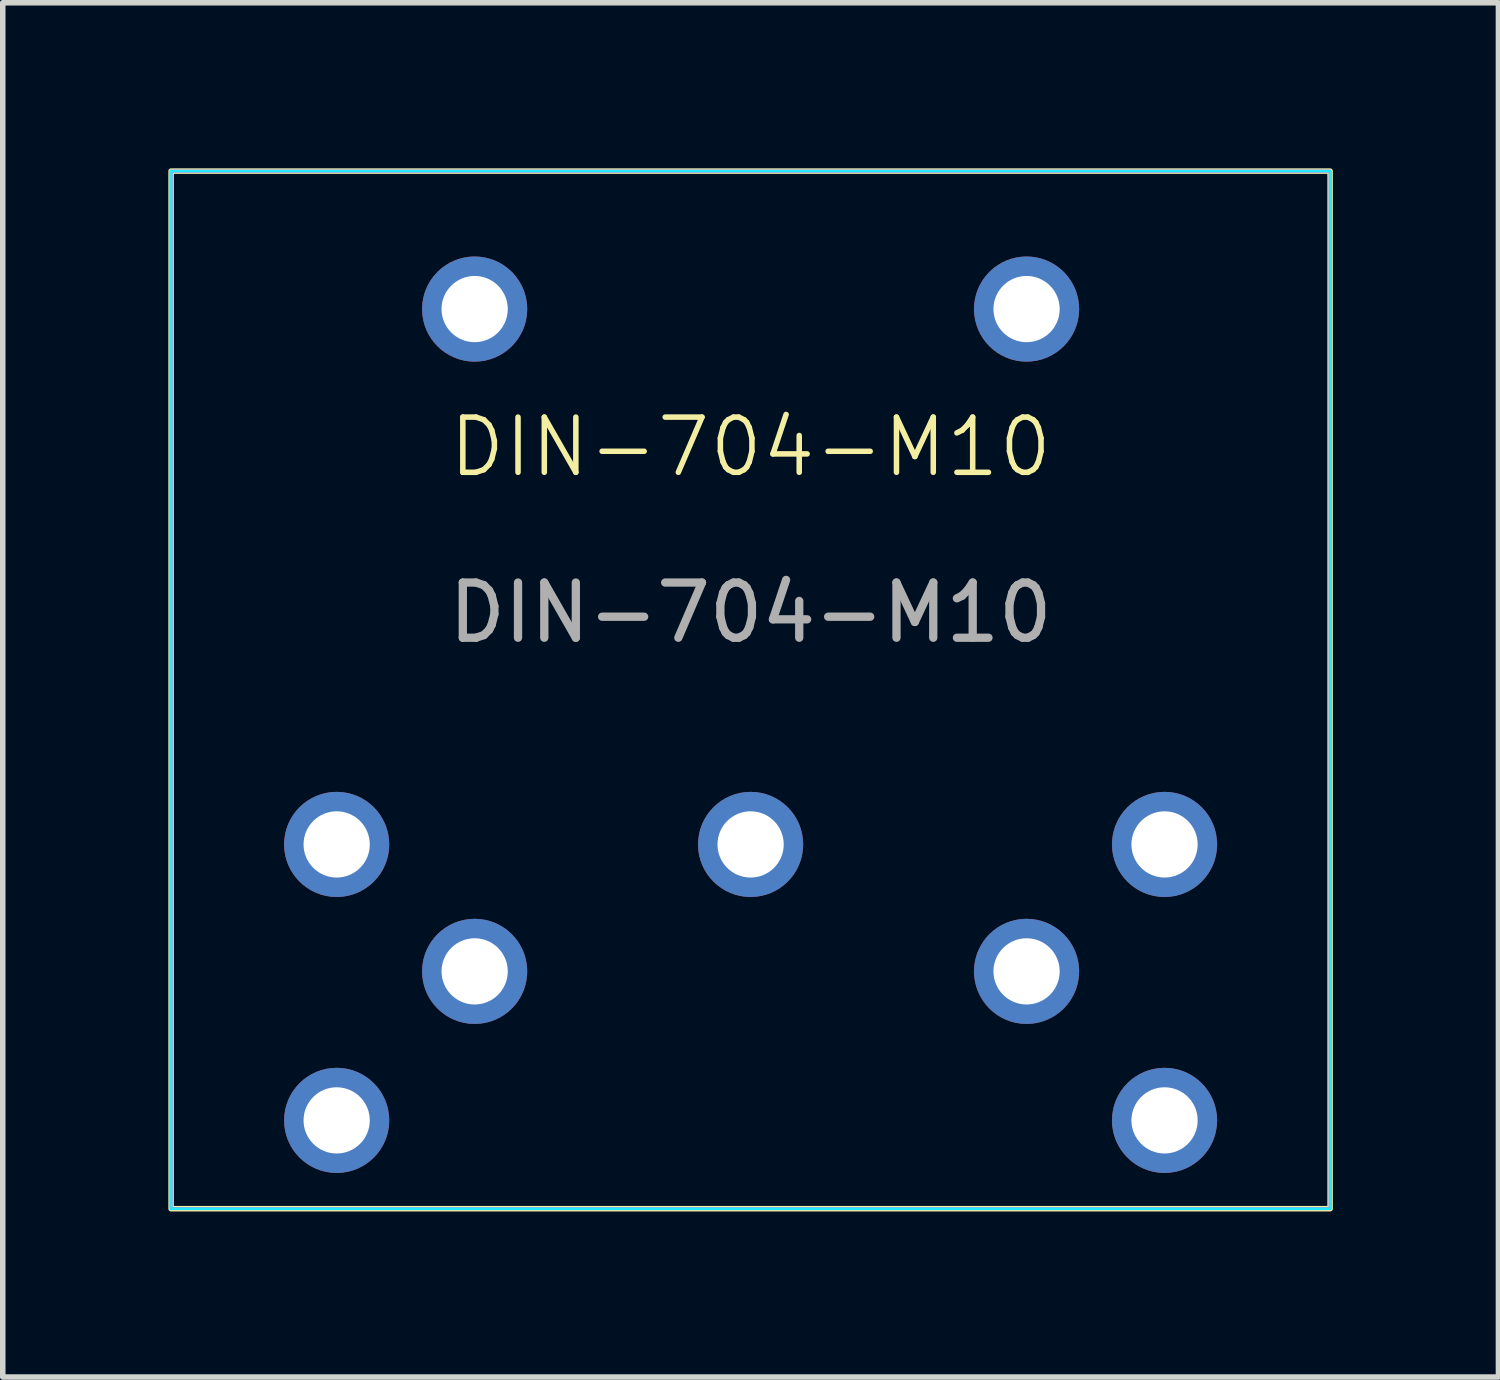
<source format=kicad_pcb>
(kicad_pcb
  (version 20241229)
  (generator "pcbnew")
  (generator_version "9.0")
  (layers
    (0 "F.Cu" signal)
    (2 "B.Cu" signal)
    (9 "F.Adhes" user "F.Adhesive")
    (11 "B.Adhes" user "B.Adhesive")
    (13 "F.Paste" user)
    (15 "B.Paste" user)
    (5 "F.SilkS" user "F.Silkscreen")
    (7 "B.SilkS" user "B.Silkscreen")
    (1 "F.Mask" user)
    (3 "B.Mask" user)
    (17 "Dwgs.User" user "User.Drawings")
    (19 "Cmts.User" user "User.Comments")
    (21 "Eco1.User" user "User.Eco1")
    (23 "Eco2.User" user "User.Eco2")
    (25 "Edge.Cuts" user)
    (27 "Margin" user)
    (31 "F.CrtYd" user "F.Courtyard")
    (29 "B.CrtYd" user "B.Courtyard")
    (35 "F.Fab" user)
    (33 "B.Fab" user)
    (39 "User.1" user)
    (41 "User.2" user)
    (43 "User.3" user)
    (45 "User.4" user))
  (footprint "DIN-704-M10"
    (layer "F.Cu")
    (at 10.55 9.45)
    (property "Reference" "DIN-704-M10" (at 0 -4.4 0) (unlocked yes) (layer "F.SilkS") (effects (font (size 1 1) (thickness 0.1))))
    (attr through_hole)
    (fp_rect (start -10.5 -9.4) (end 10.5 9.4) (stroke (width 0.1) (type solid)) (fill no) (layer "F.SilkS"))
    (fp_rect (start -10.5 -9.4) (end 10.5 9.4) (stroke (width 0.05) (type solid)) (fill no) (layer "B.CrtYd"))
    (fp_rect (start -10.5 -9.4) (end 10.5 9.4) (stroke (width 0.05) (type solid)) (fill no) (layer "F.CrtYd"))
    (fp_text user "${REFERENCE}" (at 0 -1.4 0) (unlocked yes) (layer "F.Fab") (effects (font (size 1 1) (thickness 0.15))))
    (pad "1" thru_hole circle (at -7.5 2.8) (size 1.905 1.905) (drill 1.2) (layers "*.Cu" "*.Mask"))
    (pad "2" thru_hole circle (at 0 2.8) (size 1.905 1.905) (drill 1.2) (layers "*.Cu" "*.Mask"))
    (pad "3" thru_hole circle (at 7.5 2.8) (size 1.905 1.905) (drill 1.2) (layers "*.Cu" "*.Mask"))
    (pad "4" thru_hole circle (at -5 5.1) (size 1.905 1.905) (drill 1.2) (layers "*.Cu" "*.Mask"))
    (pad "5" thru_hole circle (at 5 5.1) (size 1.905 1.905) (drill 1.2) (layers "*.Cu" "*.Mask"))
    (pad "6" thru_hole circle (at -7.5 7.8) (size 1.905 1.905) (drill 1.2) (layers "*.Cu" "*.Mask"))
    (pad "7" thru_hole circle (at 7.5 7.8) (size 1.905 1.905) (drill 1.2) (layers "*.Cu" "*.Mask"))
    (pad "8" thru_hole circle (at -5 -6.9) (size 1.905 1.905) (drill 1.2) (layers "*.Cu" "*.Mask"))
    (pad "8" thru_hole circle (at 5 -6.9) (size 1.905 1.905) (drill 1.2) (layers "*.Cu" "*.Mask")))
  (gr_rect
    (start -3 -3)
    (end 24.1 21.9)
    (stroke (width 0.1) (type default))
    (fill no)
    (layer "Edge.Cuts")))
</source>
